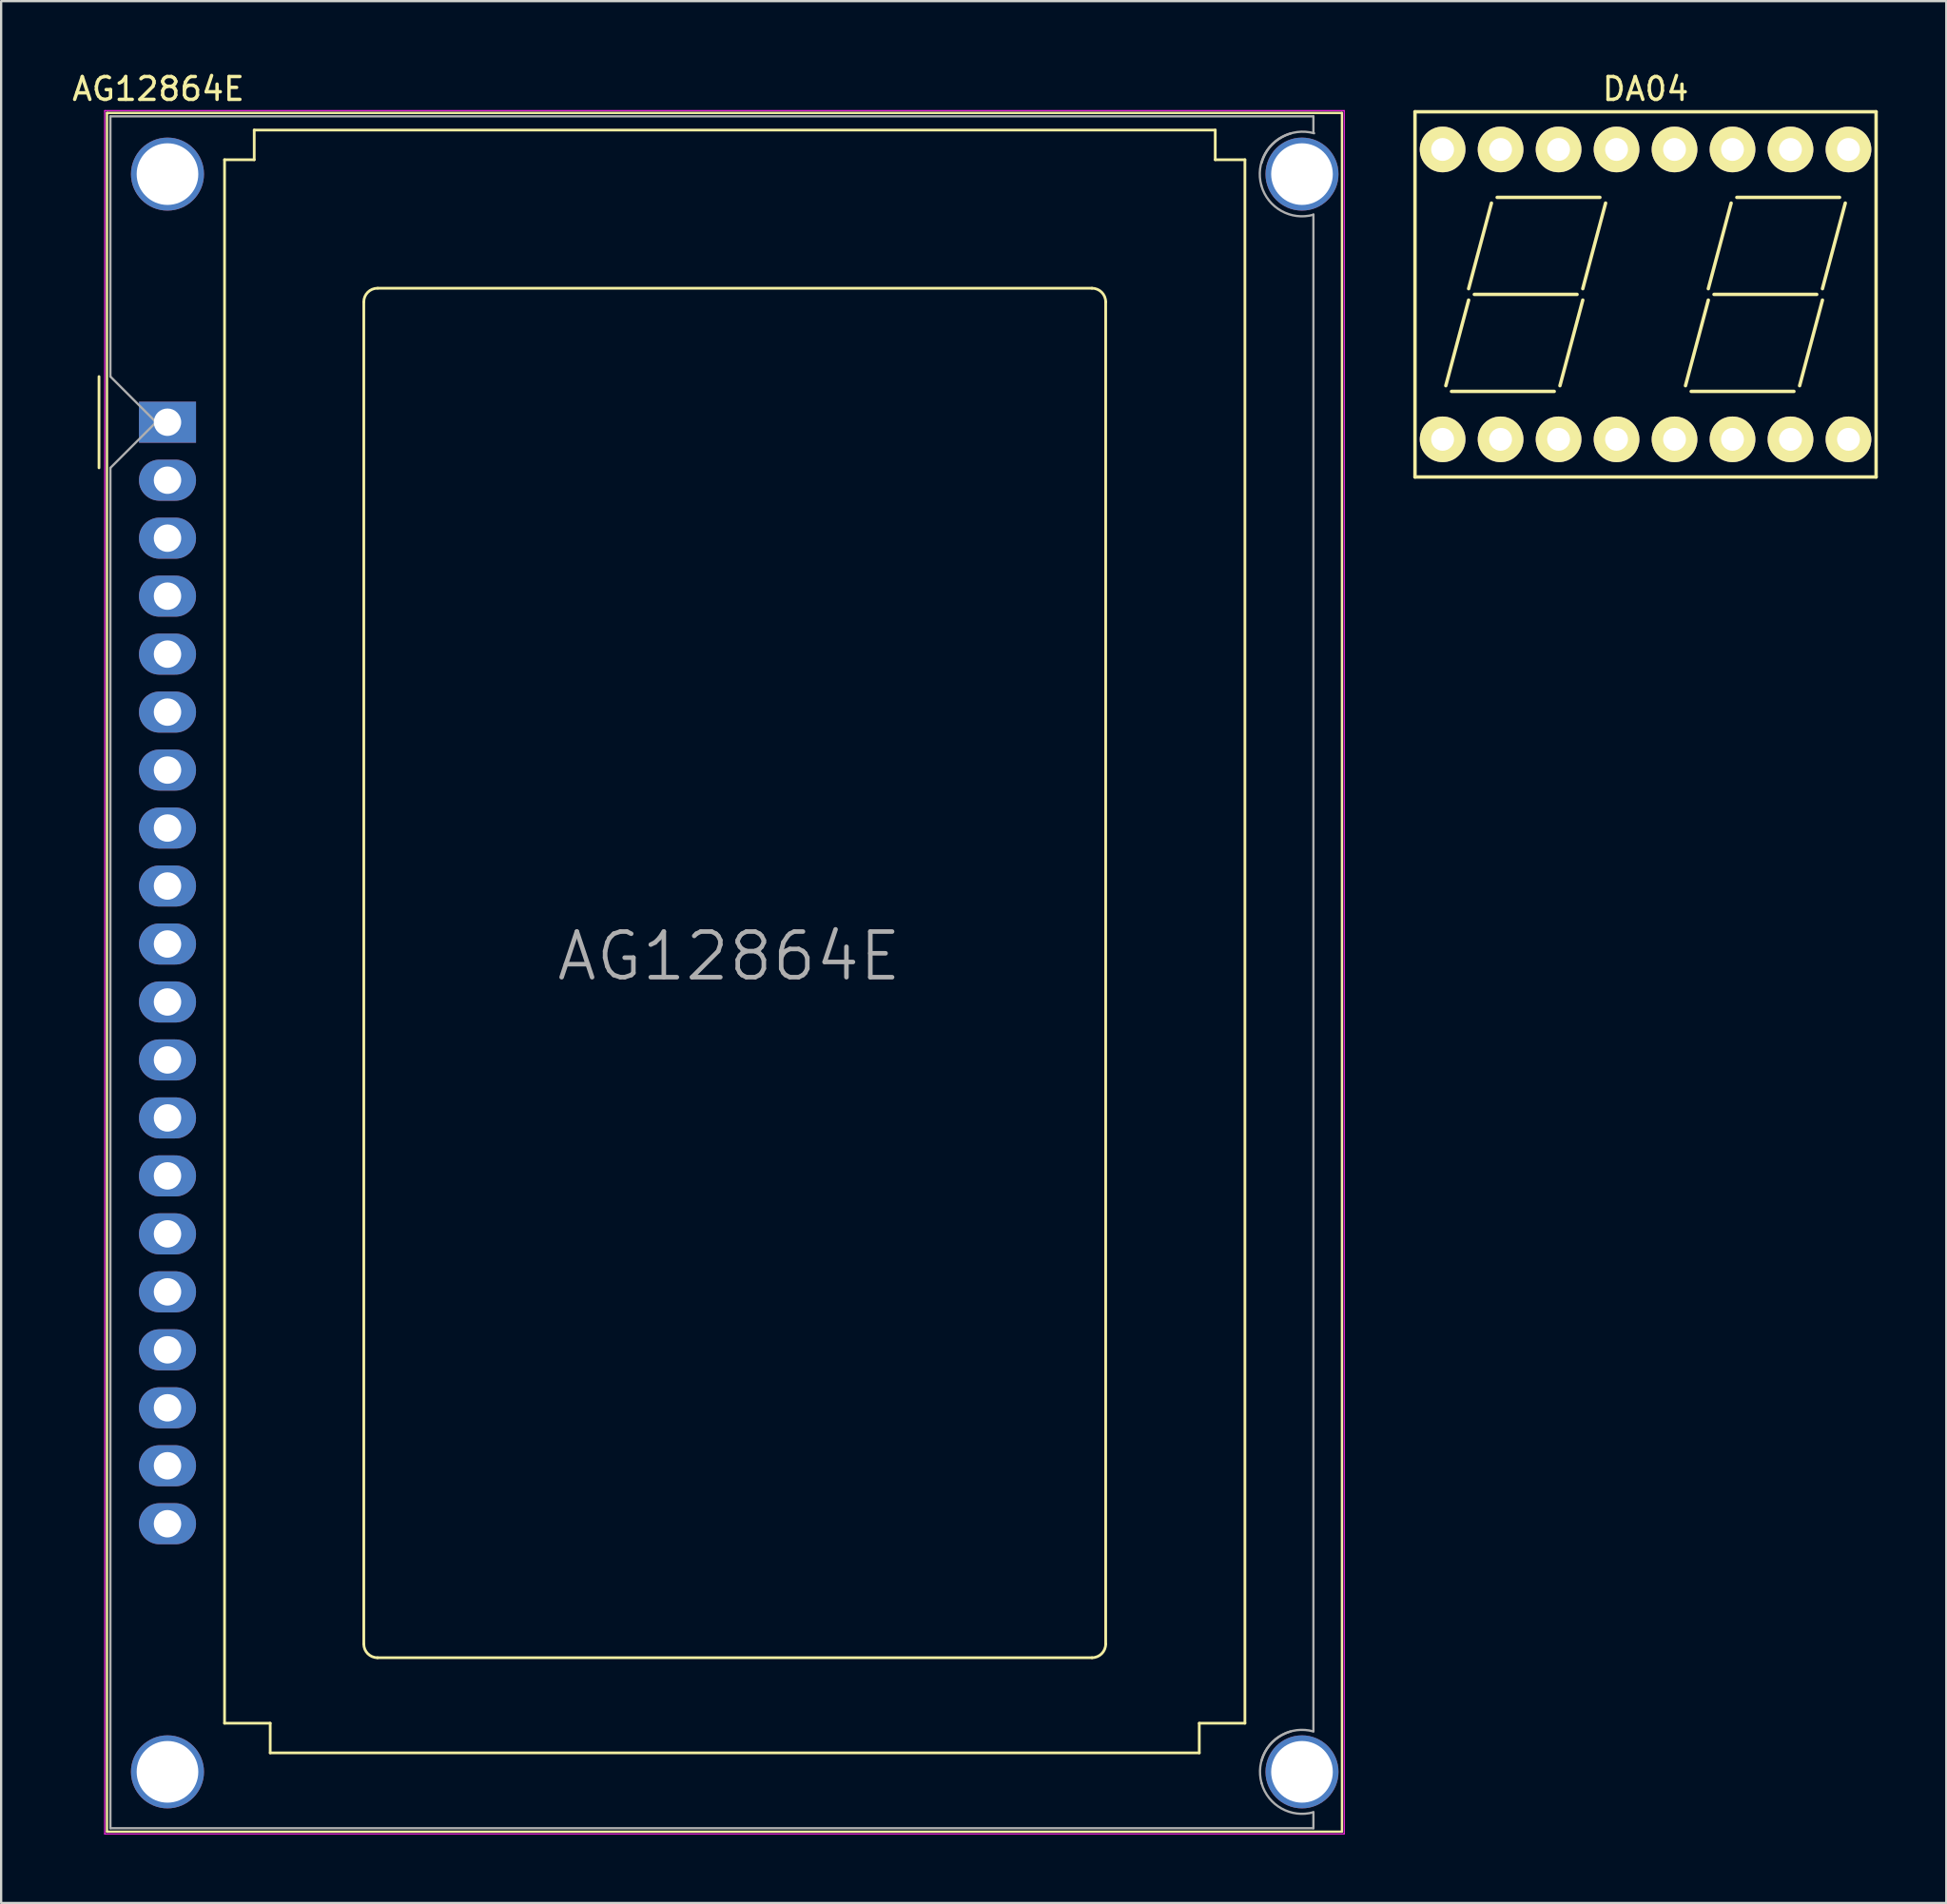
<source format=kicad_pcb>
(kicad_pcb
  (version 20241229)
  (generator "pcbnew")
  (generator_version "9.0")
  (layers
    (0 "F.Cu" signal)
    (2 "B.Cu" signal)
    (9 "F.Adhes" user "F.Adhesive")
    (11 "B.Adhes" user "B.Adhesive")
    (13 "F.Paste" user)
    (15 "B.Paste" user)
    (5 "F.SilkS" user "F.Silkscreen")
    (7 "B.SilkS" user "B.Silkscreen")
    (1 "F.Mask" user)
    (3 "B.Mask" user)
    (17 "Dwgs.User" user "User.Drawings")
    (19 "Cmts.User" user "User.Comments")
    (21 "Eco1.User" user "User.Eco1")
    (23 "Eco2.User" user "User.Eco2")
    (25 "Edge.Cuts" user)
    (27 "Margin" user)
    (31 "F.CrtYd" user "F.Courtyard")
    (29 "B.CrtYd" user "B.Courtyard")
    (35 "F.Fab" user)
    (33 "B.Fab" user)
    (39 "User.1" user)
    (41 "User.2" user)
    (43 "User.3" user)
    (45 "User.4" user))
  (footprint "DA04"
    (layer "F.Cu")
    (at 69.037 9.848)
    (property "Reference" "DA04" (at 0 -9 0) (layer "F.SilkS") (effects (font (size 1 1) (thickness 0.15))))
    (attr through_hole)
    (fp_line (start -10.1 -8) (end 10.1 -8) (stroke (width 0.15) (type solid)) (layer "F.SilkS"))
    (fp_line (start -10.1 8) (end -10.1 -8) (stroke (width 0.15) (type solid)) (layer "F.SilkS"))
    (fp_line (start -8.75 4) (end -7.75 0.25) (stroke (width 0.15) (type solid)) (layer "F.SilkS"))
    (fp_line (start -8.5 4.25) (end -4 4.25) (stroke (width 0.15) (type solid)) (layer "F.SilkS"))
    (fp_line (start -7.75 -0.25) (end -6.75 -4) (stroke (width 0.15) (type solid)) (layer "F.SilkS"))
    (fp_line (start -7.5 0) (end -3 0) (stroke (width 0.15) (type solid)) (layer "F.SilkS"))
    (fp_line (start -6.5 -4.25) (end -2 -4.25) (stroke (width 0.15) (type solid)) (layer "F.SilkS"))
    (fp_line (start -3.75 4) (end -2.75 0.25) (stroke (width 0.15) (type solid)) (layer "F.SilkS"))
    (fp_line (start -2.75 -0.25) (end -1.75 -4) (stroke (width 0.15) (type solid)) (layer "F.SilkS"))
    (fp_line (start 1.75 4) (end 2.75 0.25) (stroke (width 0.15) (type solid)) (layer "F.SilkS"))
    (fp_line (start 2 4.25) (end 6.5 4.25) (stroke (width 0.15) (type solid)) (layer "F.SilkS"))
    (fp_line (start 2.75 -0.25) (end 3.75 -4) (stroke (width 0.15) (type solid)) (layer "F.SilkS"))
    (fp_line (start 3 0) (end 7.5 0) (stroke (width 0.15) (type solid)) (layer "F.SilkS"))
    (fp_line (start 4 -4.25) (end 8.5 -4.25) (stroke (width 0.15) (type solid)) (layer "F.SilkS"))
    (fp_line (start 6.75 4) (end 7.75 0.25) (stroke (width 0.15) (type solid)) (layer "F.SilkS"))
    (fp_line (start 7.75 -0.25) (end 8.75 -4) (stroke (width 0.15) (type solid)) (layer "F.SilkS"))
    (fp_line (start 10.1 -8) (end 10.1 8) (stroke (width 0.15) (type solid)) (layer "F.SilkS"))
    (fp_line (start 10.1 8) (end -10.1 8) (stroke (width 0.15) (type solid)) (layer "F.SilkS"))
    (pad "1" thru_hole circle (at -8.89 6.35) (size 2 2) (drill 1) (layers "*.Cu" "*.Mask" "F.SilkS"))
    (pad "2" thru_hole circle (at -6.35 6.35) (size 2 2) (drill 1) (layers "*.Cu" "*.Mask" "F.SilkS"))
    (pad "3" thru_hole circle (at -3.81 6.35) (size 2 2) (drill 1) (layers "*.Cu" "*.Mask" "F.SilkS"))
    (pad "4" thru_hole circle (at -1.27 6.35) (size 2 2) (drill 1) (layers "*.Cu" "*.Mask" "F.SilkS"))
    (pad "5" thru_hole circle (at 1.27 6.35) (size 2 2) (drill 1) (layers "*.Cu" "*.Mask" "F.SilkS"))
    (pad "6" thru_hole circle (at 3.81 6.35) (size 2 2) (drill 1) (layers "*.Cu" "*.Mask" "F.SilkS"))
    (pad "7" thru_hole circle (at 6.35 6.35) (size 2 2) (drill 1) (layers "*.Cu" "*.Mask" "F.SilkS"))
    (pad "8" thru_hole circle (at 8.89 6.35) (size 2 2) (drill 1) (layers "*.Cu" "*.Mask" "F.SilkS"))
    (pad "9" thru_hole circle (at 8.89 -6.35) (size 2 2) (drill 1) (layers "*.Cu" "*.Mask" "F.SilkS"))
    (pad "10" thru_hole circle (at 6.35 -6.35) (size 2 2) (drill 1) (layers "*.Cu" "*.Mask" "F.SilkS"))
    (pad "11" thru_hole circle (at 3.81 -6.35) (size 2 2) (drill 1) (layers "*.Cu" "*.Mask" "F.SilkS"))
    (pad "12" thru_hole circle (at 1.27 -6.35) (size 2 2) (drill 1) (layers "*.Cu" "*.Mask" "F.SilkS"))
    (pad "13" thru_hole circle (at -1.27 -6.35) (size 2 2) (drill 1) (layers "*.Cu" "*.Mask" "F.SilkS"))
    (pad "14" thru_hole circle (at -3.81 -6.35) (size 2 2) (drill 1) (layers "*.Cu" "*.Mask" "F.SilkS"))
    (pad "15" thru_hole circle (at -6.35 -6.35) (size 2 2) (drill 1) (layers "*.Cu" "*.Mask" "F.SilkS"))
    (pad "16" thru_hole circle (at -8.89 -6.35) (size 2 2) (drill 1) (layers "*.Cu" "*.Mask" "F.SilkS")))
  (footprint "AG12864E"
    (layer "F.Cu")
    (at 4.287 15.448)
    (property "Reference" "AG12864E" (at -0.4 -14.6 0) (layer "F.SilkS") (effects (font (size 1 1) (thickness 0.15))))
    (attr through_hole)
    (fp_line (start -3 -2) (end -3 2) (stroke (width 0.12) (type solid)) (layer "F.SilkS"))
    (fp_line (start -2.65 -13.55) (end -2.65 61.75) (stroke (width 0.1) (type solid)) (layer "F.SilkS"))
    (fp_line (start -2.65 61.75) (end 51.45 61.75) (stroke (width 0.1) (type solid)) (layer "F.SilkS"))
    (fp_line (start 2.5 57) (end 2.5 -11.5) (stroke (width 0.12) (type solid)) (layer "F.SilkS"))
    (fp_line (start 2.5 57) (end 4.5 57) (stroke (width 0.12) (type solid)) (layer "F.SilkS"))
    (fp_line (start 3.8 -12.8) (end 3.8 -11.5) (stroke (width 0.12) (type solid)) (layer "F.SilkS"))
    (fp_line (start 3.8 -12.8) (end 45.9 -12.8) (stroke (width 0.12) (type solid)) (layer "F.SilkS"))
    (fp_line (start 3.8 -11.5) (end 2.5 -11.5) (stroke (width 0.12) (type solid)) (layer "F.SilkS"))
    (fp_line (start 4.5 57) (end 4.5 58.3) (stroke (width 0.12) (type solid)) (layer "F.SilkS"))
    (fp_line (start 8.6 -5.27) (end 8.6 53.53) (stroke (width 0.12) (type solid)) (layer "F.SilkS"))
    (fp_line (start 9.2 54.13) (end 40.5 54.13) (stroke (width 0.12) (type solid)) (layer "F.SilkS"))
    (fp_line (start 40.5 -5.87) (end 9.21 -5.87) (stroke (width 0.12) (type solid)) (layer "F.SilkS"))
    (fp_line (start 41.1 53.53) (end 41.1 -5.27) (stroke (width 0.12) (type solid)) (layer "F.SilkS"))
    (fp_line (start 45.2 57) (end 45.2 58.3) (stroke (width 0.12) (type solid)) (layer "F.SilkS"))
    (fp_line (start 45.2 58.3) (end 4.5 58.3) (stroke (width 0.12) (type solid)) (layer "F.SilkS"))
    (fp_line (start 45.9 -11.5) (end 45.9 -12.8) (stroke (width 0.12) (type solid)) (layer "F.SilkS"))
    (fp_line (start 47.2 -11.5) (end 45.9 -11.5) (stroke (width 0.12) (type solid)) (layer "F.SilkS"))
    (fp_line (start 47.2 -11.5) (end 47.2 57) (stroke (width 0.12) (type solid)) (layer "F.SilkS"))
    (fp_line (start 47.2 57) (end 45.2 57) (stroke (width 0.12) (type solid)) (layer "F.SilkS"))
    (fp_line (start 51.45 -13.55) (end -2.65 -13.55) (stroke (width 0.1) (type solid)) (layer "F.SilkS"))
    (fp_line (start 51.45 61.75) (end 51.45 -13.55) (stroke (width 0.1) (type solid)) (layer "F.SilkS"))
    (fp_arc (start 8.6 -5.27) (mid 8.775736 -5.694264) (end 9.2 -5.87) (stroke (width 0.12) (type solid)) (layer "F.SilkS"))
    (fp_arc (start 9.2 54.13) (mid 8.775736 53.954264) (end 8.6 53.53) (stroke (width 0.12) (type solid)) (layer "F.SilkS"))
    (fp_arc (start 40.5 -5.87) (mid 40.924264 -5.694264) (end 41.1 -5.27) (stroke (width 0.12) (type solid)) (layer "F.SilkS"))
    (fp_arc (start 41.1 53.53) (mid 40.924264 53.954264) (end 40.5 54.13) (stroke (width 0.12) (type solid)) (layer "F.SilkS"))
    (fp_line (start -2.75 -13.65) (end -2.75 61.85) (stroke (width 0.05) (type solid)) (layer "F.CrtYd"))
    (fp_line (start -2.75 -13.65) (end 51.55 -13.65) (stroke (width 0.05) (type solid)) (layer "F.CrtYd"))
    (fp_line (start -2.75 61.85) (end 51.55 61.85) (stroke (width 0.05) (type solid)) (layer "F.CrtYd"))
    (fp_line (start 51.55 -13.65) (end 51.55 61.85) (stroke (width 0.05) (type solid)) (layer "F.CrtYd"))
    (fp_line (start -2.5 -13.4) (end -2.5 -2) (stroke (width 0.1) (type solid)) (layer "F.Fab"))
    (fp_line (start -2.5 -13.4) (end 50.2 -13.4) (stroke (width 0.1) (type solid)) (layer "F.Fab"))
    (fp_line (start -2.5 -2) (end -0.5 0) (stroke (width 0.1) (type solid)) (layer "F.Fab"))
    (fp_line (start -2.5 2) (end -2.5 61.6) (stroke (width 0.1) (type solid)) (layer "F.Fab"))
    (fp_line (start -2.5 61.6) (end 50.2 61.6) (stroke (width 0.1) (type solid)) (layer "F.Fab"))
    (fp_line (start -0.5 0) (end -2.5 2) (stroke (width 0.1) (type solid)) (layer "F.Fab"))
    (fp_line (start 50.2 -13.4) (end 50.2 -12.7) (stroke (width 0.1) (type solid)) (layer "F.Fab"))
    (fp_line (start 50.2 -9.1) (end 50.2 57.35) (stroke (width 0.1) (type solid)) (layer "F.Fab"))
    (fp_line (start 50.2 61.6) (end 50.2 60.9) (stroke (width 0.1) (type solid)) (layer "F.Fab"))
    (fp_arc (start 47.92 -10.37) (mid 48.087797 -11.775097) (end 49.2 -12.65) (stroke (width 0.1) (type solid)) (layer "F.Fab"))
    (fp_arc (start 47.93 -11.36) (mid 48.810761 -12.486346) (end 50.23 -12.66) (stroke (width 0.1) (type solid)) (layer "F.Fab"))
    (fp_arc (start 47.93 58.63) (mid 48.801974 57.524868) (end 50.2 57.36) (stroke (width 0.1) (type solid)) (layer "F.Fab"))
    (fp_arc (start 47.93 59.63) (mid 48.094868 58.231974) (end 49.2 57.36) (stroke (width 0.1) (type solid)) (layer "F.Fab"))
    (fp_arc (start 50.2 -9.09) (mid 48.794903 -9.257797) (end 47.92 -10.37) (stroke (width 0.1) (type solid)) (layer "F.Fab"))
    (fp_arc (start 50.2 60.9) (mid 48.801974 60.735132) (end 47.93 59.63) (stroke (width 0.1) (type solid)) (layer "F.Fab"))
    (fp_text user "${REFERENCE}" (at 24.6 23.4 0) (layer "F.Fab") (effects (font (size 2 2) (thickness 0.2))))
    (pad "0" thru_hole circle (at 0 -10.87 270) (size 3.2 3.2) (drill 2.7) (layers "*.Cu" "*.Mask"))
    (pad "0" thru_hole circle (at 0 59.13 270) (size 3.2 3.2) (drill 2.7) (layers "*.Cu" "*.Mask"))
    (pad "0" thru_hole circle (at 49.7 -10.87 270) (size 3.2 3.2) (drill 2.7) (layers "*.Cu" "*.Mask"))
    (pad "0" thru_hole circle (at 49.7 59.13 270) (size 3.2 3.2) (drill 2.7) (layers "*.Cu" "*.Mask"))
    (pad "1" thru_hole rect (at 0 0 270) (size 1.8 2.5) (drill 1.2) (layers "*.Cu" "*.Mask"))
    (pad "2" thru_hole oval (at 0 2.54 270) (size 1.8 2.5) (drill 1.2) (layers "*.Cu" "*.Mask"))
    (pad "3" thru_hole oval (at 0 5.08 270) (size 1.8 2.5) (drill 1.2) (layers "*.Cu" "*.Mask"))
    (pad "4" thru_hole oval (at 0 7.62 270) (size 1.8 2.5) (drill 1.2) (layers "*.Cu" "*.Mask"))
    (pad "5" thru_hole oval (at 0 10.16 270) (size 1.8 2.5) (drill 1.2) (layers "*.Cu" "*.Mask"))
    (pad "6" thru_hole oval (at 0 12.7 270) (size 1.8 2.5) (drill 1.2) (layers "*.Cu" "*.Mask"))
    (pad "7" thru_hole oval (at 0 15.24 270) (size 1.8 2.5) (drill 1.2) (layers "*.Cu" "*.Mask"))
    (pad "8" thru_hole oval (at 0 17.78 270) (size 1.8 2.5) (drill 1.2) (layers "*.Cu" "*.Mask"))
    (pad "9" thru_hole oval (at 0 20.32 270) (size 1.8 2.5) (drill 1.2) (layers "*.Cu" "*.Mask"))
    (pad "10" thru_hole oval (at 0 22.86 270) (size 1.8 2.5) (drill 1.2) (layers "*.Cu" "*.Mask"))
    (pad "11" thru_hole oval (at 0 25.4 270) (size 1.8 2.5) (drill 1.2) (layers "*.Cu" "*.Mask"))
    (pad "12" thru_hole oval (at 0 27.94 270) (size 1.8 2.5) (drill 1.2) (layers "*.Cu" "*.Mask"))
    (pad "13" thru_hole oval (at 0 30.48 270) (size 1.8 2.5) (drill 1.2) (layers "*.Cu" "*.Mask"))
    (pad "14" thru_hole oval (at 0 33.02 270) (size 1.8 2.5) (drill 1.2) (layers "*.Cu" "*.Mask"))
    (pad "15" thru_hole oval (at 0 35.56 270) (size 1.8 2.5) (drill 1.2) (layers "*.Cu" "*.Mask"))
    (pad "16" thru_hole oval (at 0 38.1 270) (size 1.8 2.5) (drill 1.2) (layers "*.Cu" "*.Mask"))
    (pad "17" thru_hole oval (at 0 40.64 270) (size 1.8 2.5) (drill 1.2) (layers "*.Cu" "*.Mask"))
    (pad "18" thru_hole oval (at 0 43.18 270) (size 1.8 2.5) (drill 1.2) (layers "*.Cu" "*.Mask"))
    (pad "19" thru_hole oval (at 0 45.72 270) (size 1.8 2.5) (drill 1.2) (layers "*.Cu" "*.Mask"))
    (pad "20" thru_hole oval (at 0 48.26 270) (size 1.8 2.5) (drill 1.2) (layers "*.Cu" "*.Mask")))
  (gr_rect
    (start -3 -3)
    (end 82.212 80.323)
    (stroke (width 0.1) (type default))
    (fill no)
    (layer "Edge.Cuts")))
</source>
